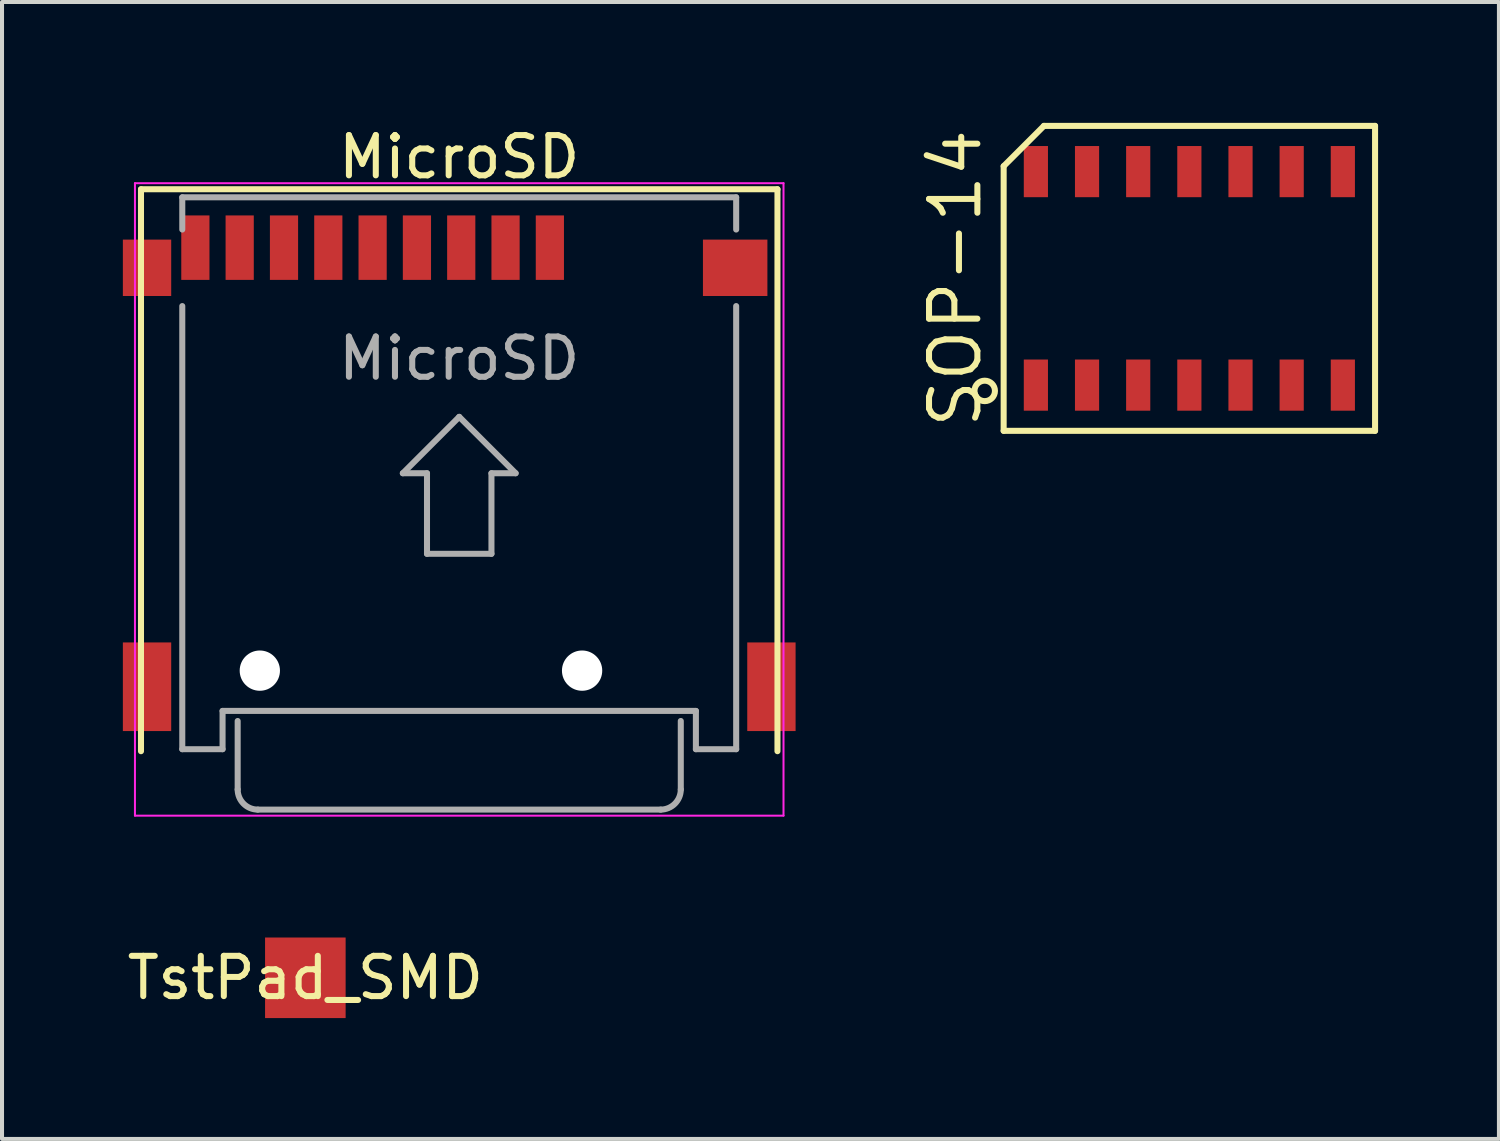
<source format=kicad_pcb>
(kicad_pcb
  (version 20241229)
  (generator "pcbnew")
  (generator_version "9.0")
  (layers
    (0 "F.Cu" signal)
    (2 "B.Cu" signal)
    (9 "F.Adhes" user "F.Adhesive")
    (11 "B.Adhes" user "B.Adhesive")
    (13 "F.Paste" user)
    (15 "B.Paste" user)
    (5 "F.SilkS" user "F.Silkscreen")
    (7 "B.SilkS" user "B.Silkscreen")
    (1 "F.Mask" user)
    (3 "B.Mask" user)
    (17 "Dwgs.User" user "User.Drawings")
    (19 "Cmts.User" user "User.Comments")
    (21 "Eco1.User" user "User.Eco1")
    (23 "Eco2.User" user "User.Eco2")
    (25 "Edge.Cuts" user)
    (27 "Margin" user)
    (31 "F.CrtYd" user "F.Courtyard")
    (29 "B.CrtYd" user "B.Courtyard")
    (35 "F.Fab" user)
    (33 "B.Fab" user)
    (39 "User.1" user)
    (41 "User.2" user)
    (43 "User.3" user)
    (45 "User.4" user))
  (footprint "MicroSD"
    (layer "F.Cu")
    (at 8.35 9.848)
    (property "Reference" "MicroSD" (at 0 -9 0) (layer "F.SilkS") (effects (font (size 1 1) (thickness 0.15))))
    (attr smd)
    (fp_line (start -7.9 -8.2) (end -7.9 5.75) (stroke (width 0.15) (type solid)) (layer "F.SilkS"))
    (fp_line (start 7.9 -8.2) (end -7.9 -8.2) (stroke (width 0.15) (type solid)) (layer "F.SilkS"))
    (fp_line (start 7.9 5.75) (end 7.9 -8.2) (stroke (width 0.15) (type solid)) (layer "F.SilkS"))
    (fp_line (start -8.05 -8.35) (end 8.05 -8.35) (stroke (width 0.05) (type solid)) (layer "F.CrtYd"))
    (fp_line (start -8.05 7.35) (end -8.05 -8.35) (stroke (width 0.05) (type solid)) (layer "F.CrtYd"))
    (fp_line (start 8.05 -8.35) (end 8.05 7.35) (stroke (width 0.05) (type solid)) (layer "F.CrtYd"))
    (fp_line (start 8.05 7.35) (end -8.05 7.35) (stroke (width 0.05) (type solid)) (layer "F.CrtYd"))
    (fp_line (start -6.875 -8) (end -6.875 -7.2) (stroke (width 0.15) (type solid)) (layer "F.Fab"))
    (fp_line (start -6.875 5.7) (end -6.875 -5.3) (stroke (width 0.15) (type solid)) (layer "F.Fab"))
    (fp_line (start -5.875 4.75) (end -5.875 5.7) (stroke (width 0.15) (type solid)) (layer "F.Fab"))
    (fp_line (start -5.875 5.7) (end -6.875 5.7) (stroke (width 0.15) (type solid)) (layer "F.Fab"))
    (fp_line (start -5.5 6.7) (end -5.5 5) (stroke (width 0.15) (type solid)) (layer "F.Fab"))
    (fp_line (start -1.4 -1.15) (end 0 -2.55) (stroke (width 0.15) (type solid)) (layer "F.Fab"))
    (fp_line (start -0.8 -1.15) (end -1.4 -1.15) (stroke (width 0.15) (type solid)) (layer "F.Fab"))
    (fp_line (start -0.8 0.85) (end -0.8 -1.15) (stroke (width 0.15) (type solid)) (layer "F.Fab"))
    (fp_line (start 0 -2.55) (end 1.4 -1.15) (stroke (width 0.15) (type solid)) (layer "F.Fab"))
    (fp_line (start 0.8 -1.15) (end 0.8 0.85) (stroke (width 0.15) (type solid)) (layer "F.Fab"))
    (fp_line (start 0.8 0.85) (end -0.8 0.85) (stroke (width 0.15) (type solid)) (layer "F.Fab"))
    (fp_line (start 1.4 -1.15) (end 0.8 -1.15) (stroke (width 0.15) (type solid)) (layer "F.Fab"))
    (fp_line (start 5 7.2) (end -5 7.2) (stroke (width 0.15) (type solid)) (layer "F.Fab"))
    (fp_line (start 5.5 6.7) (end 5.5 5) (stroke (width 0.15) (type solid)) (layer "F.Fab"))
    (fp_line (start 5.875 4.75) (end -5.875 4.75) (stroke (width 0.15) (type solid)) (layer "F.Fab"))
    (fp_line (start 5.875 5.7) (end 5.875 4.75) (stroke (width 0.15) (type solid)) (layer "F.Fab"))
    (fp_line (start 6.875 -8) (end -6.875 -8) (stroke (width 0.15) (type solid)) (layer "F.Fab"))
    (fp_line (start 6.875 -7.2) (end 6.875 -8) (stroke (width 0.15) (type solid)) (layer "F.Fab"))
    (fp_line (start 6.875 -5.3) (end 6.875 5.7) (stroke (width 0.15) (type solid)) (layer "F.Fab"))
    (fp_line (start 6.875 5.7) (end 5.875 5.7) (stroke (width 0.15) (type solid)) (layer "F.Fab"))
    (fp_arc (start -5 7.2) (mid -5.353553 7.053553) (end -5.5 6.7) (stroke (width 0.15) (type solid)) (layer "F.Fab"))
    (fp_arc (start 5.5 6.7) (mid 5.353553 7.053553) (end 5 7.2) (stroke (width 0.15) (type solid)) (layer "F.Fab"))
    (fp_text user "${REFERENCE}" (at 0 -4 0) (layer "F.Fab") (effects (font (size 1 1) (thickness 0.15))))
    (pad "" np_thru_hole circle (at -4.95 3.75) (size 1 1) (drill 1) (layers "*.Cu" "*.Mask"))
    (pad "" np_thru_hole circle (at 3.05 3.75) (size 1 1) (drill 1) (layers "*.Cu" "*.Mask"))
    (pad "1" smd rect (at 2.25 -6.75) (size 0.7 1.6) (layers "F.Cu" "F.Mask" "F.Paste"))
    (pad "2" smd rect (at 1.15 -6.75) (size 0.7 1.6) (layers "F.Cu" "F.Mask" "F.Paste"))
    (pad "3" smd rect (at 0.05 -6.75) (size 0.7 1.6) (layers "F.Cu" "F.Mask" "F.Paste"))
    (pad "4" smd rect (at -1.05 -6.75) (size 0.7 1.6) (layers "F.Cu" "F.Mask" "F.Paste"))
    (pad "5" smd rect (at -2.15 -6.75) (size 0.7 1.6) (layers "F.Cu" "F.Mask" "F.Paste"))
    (pad "6" smd rect (at -3.25 -6.75) (size 0.7 1.6) (layers "F.Cu" "F.Mask" "F.Paste"))
    (pad "7" smd rect (at -4.35 -6.75) (size 0.7 1.6) (layers "F.Cu" "F.Mask" "F.Paste"))
    (pad "8" smd rect (at -5.45 -6.75) (size 0.7 1.6) (layers "F.Cu" "F.Mask" "F.Paste"))
    (pad "9" smd rect (at -6.55 -6.75) (size 0.7 1.6) (layers "F.Cu" "F.Mask" "F.Paste"))
    (pad "10" smd rect (at -7.75 4.15) (size 1.2 2.2) (layers "F.Cu" "F.Mask" "F.Paste"))
    (pad "10" smd rect (at 7.75 4.15) (size 1.2 2.2) (layers "F.Cu" "F.Mask" "F.Paste"))
    (pad "S1" smd rect (at -7.75 -6.25) (size 1.2 1.4) (layers "F.Cu" "F.Mask" "F.Paste"))
    (pad "S2" smd rect (at 6.85 -6.25) (size 1.6 1.4) (layers "F.Cu" "F.Mask" "F.Paste")))
  (footprint "SOP-14"
    (layer "F.Cu")
    (at 26.475 3.86)
    (property "Reference" "SOP-14" (at -5.81 0 90) (layer "F.SilkS") (effects (font (size 1.2 1.2) (thickness 0.15))))
    (attr through_hole)
    (fp_line (start -4.61 -2.785) (end -4.61 3.785) (stroke (width 0.15) (type solid)) (layer "F.SilkS"))
    (fp_line (start -4.61 3.785) (end 4.61 3.785) (stroke (width 0.15) (type solid)) (layer "F.SilkS"))
    (fp_line (start -3.61 -3.785) (end -4.61 -2.785) (stroke (width 0.15) (type solid)) (layer "F.SilkS"))
    (fp_line (start 4.61 -3.785) (end -3.61 -3.785) (stroke (width 0.15) (type solid)) (layer "F.SilkS"))
    (fp_line (start 4.61 3.785) (end 4.61 -3.785) (stroke (width 0.15) (type solid)) (layer "F.SilkS"))
    (fp_circle (center -5.08 2.794) (end -5.08 3.048) (stroke (width 0.15) (type solid)) (fill no) (layer "F.SilkS"))
    (pad "1" smd rect (at -3.81 2.65) (size 0.6 1.27) (layers "F.Cu" "F.Mask" "F.Paste"))
    (pad "2" smd rect (at -2.54 2.65) (size 0.6 1.27) (layers "F.Cu" "F.Mask" "F.Paste"))
    (pad "3" smd rect (at -1.27 2.65) (size 0.6 1.27) (layers "F.Cu" "F.Mask" "F.Paste"))
    (pad "4" smd rect (at 0 2.65) (size 0.6 1.27) (layers "F.Cu" "F.Mask" "F.Paste"))
    (pad "5" smd rect (at 1.27 2.65) (size 0.6 1.27) (layers "F.Cu" "F.Mask" "F.Paste"))
    (pad "6" smd rect (at 2.54 2.65) (size 0.6 1.27) (layers "F.Cu" "F.Mask" "F.Paste"))
    (pad "7" smd rect (at 3.81 2.65) (size 0.6 1.27) (layers "F.Cu" "F.Mask" "F.Paste"))
    (pad "8" smd rect (at 3.81 -2.65) (size 0.6 1.27) (layers "F.Cu" "F.Mask" "F.Paste"))
    (pad "9" smd rect (at 2.54 -2.65) (size 0.6 1.27) (layers "F.Cu" "F.Mask" "F.Paste"))
    (pad "10" smd rect (at 1.27 -2.65) (size 0.6 1.27) (layers "F.Cu" "F.Mask" "F.Paste"))
    (pad "11" smd rect (at 0 -2.65) (size 0.6 1.27) (layers "F.Cu" "F.Mask" "F.Paste"))
    (pad "12" smd rect (at -1.27 -2.65) (size 0.6 1.27) (layers "F.Cu" "F.Mask" "F.Paste"))
    (pad "13" smd rect (at -2.54 -2.65) (size 0.6 1.27) (layers "F.Cu" "F.Mask" "F.Paste"))
    (pad "14" smd rect (at -3.81 -2.65) (size 0.6 1.27) (layers "F.Cu" "F.Mask" "F.Paste")))
  (footprint "TstPad_SMD"
    (layer "F.Cu")
    (at 4.53 21.223)
    (property "Reference" "TstPad_SMD" (at 0 0 0) (layer "F.SilkS") (effects (font (size 1 1) (thickness 0.15))))
    (attr through_hole)
    (pad "1" smd rect (at 0 0) (size 2 2) (layers "F.Cu" "F.Mask" "F.Paste")))
  (gr_rect
    (start -3 -3)
    (end 34.16 25.223)
    (stroke (width 0.1) (type default))
    (fill no)
    (layer "Edge.Cuts")))
</source>
